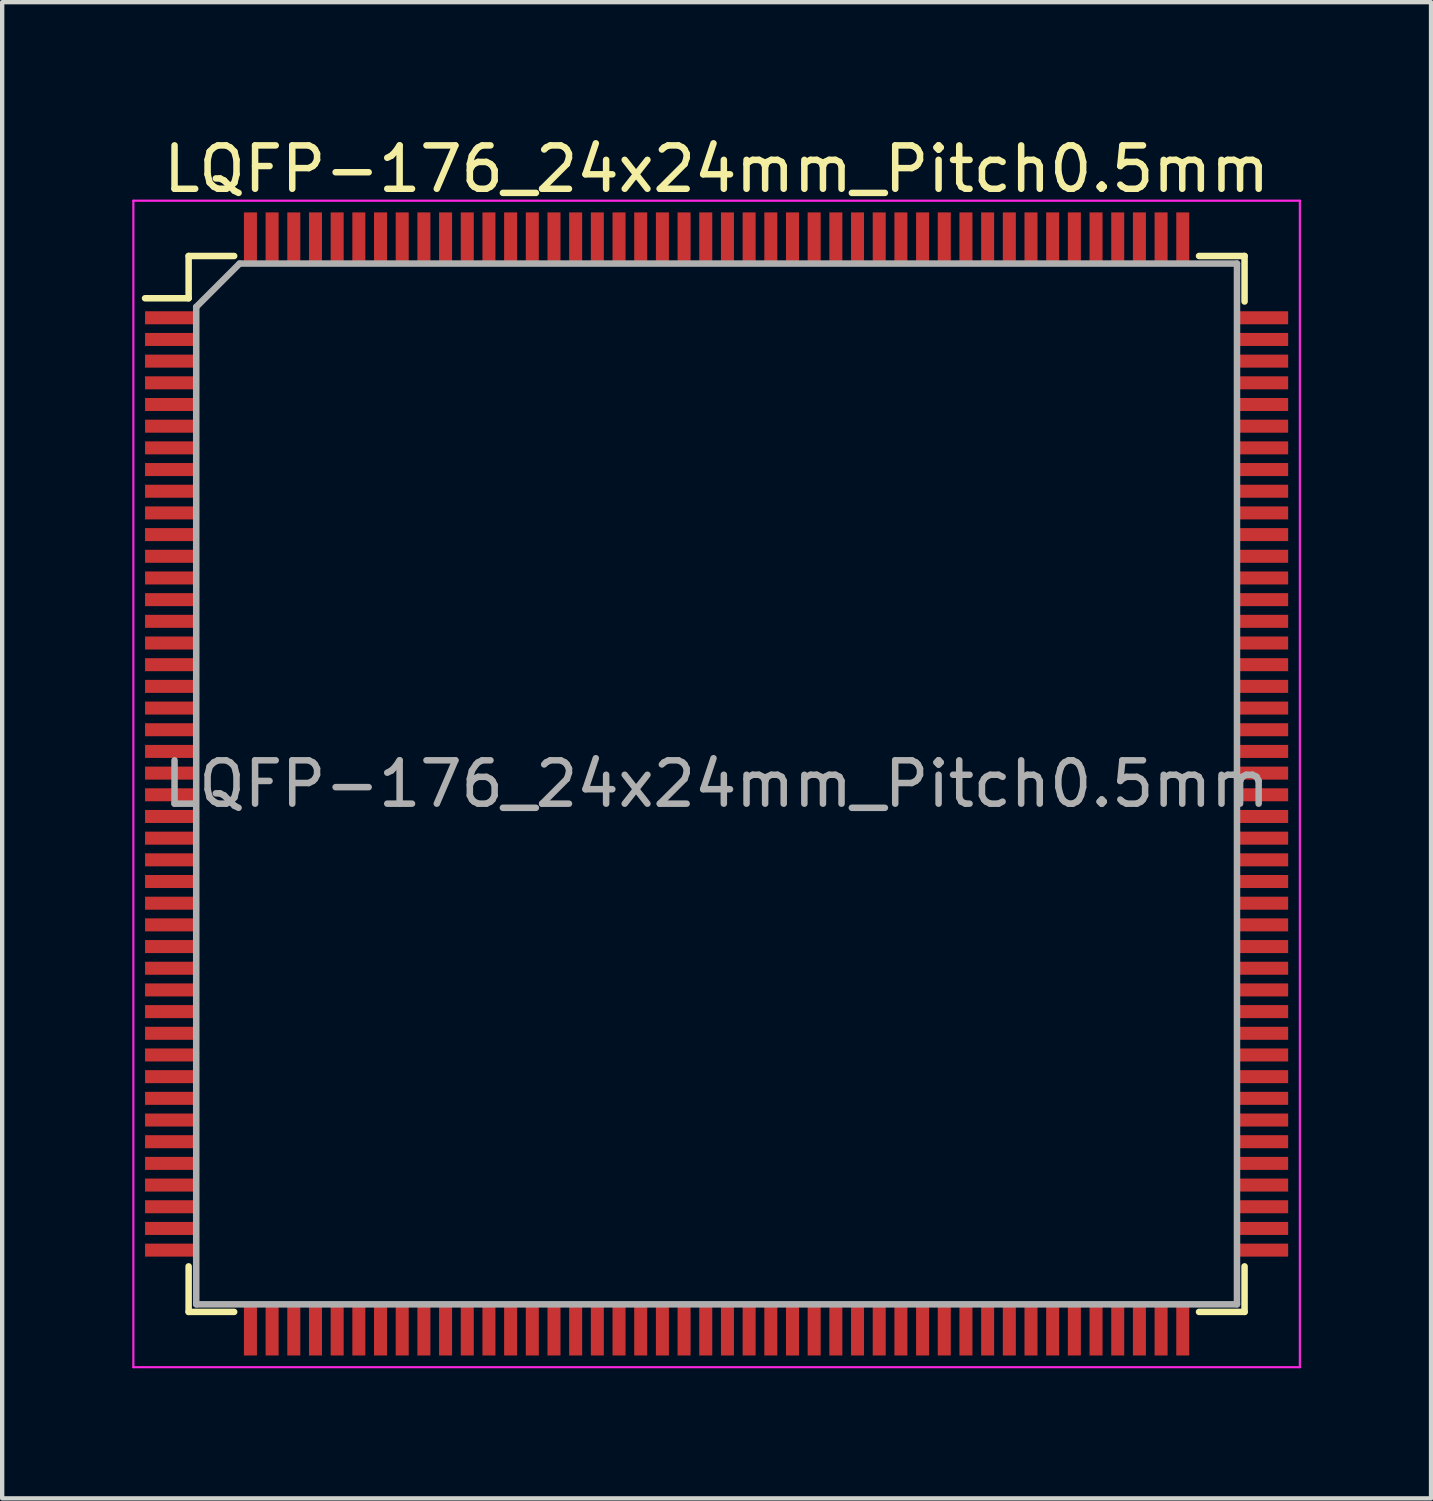
<source format=kicad_pcb>
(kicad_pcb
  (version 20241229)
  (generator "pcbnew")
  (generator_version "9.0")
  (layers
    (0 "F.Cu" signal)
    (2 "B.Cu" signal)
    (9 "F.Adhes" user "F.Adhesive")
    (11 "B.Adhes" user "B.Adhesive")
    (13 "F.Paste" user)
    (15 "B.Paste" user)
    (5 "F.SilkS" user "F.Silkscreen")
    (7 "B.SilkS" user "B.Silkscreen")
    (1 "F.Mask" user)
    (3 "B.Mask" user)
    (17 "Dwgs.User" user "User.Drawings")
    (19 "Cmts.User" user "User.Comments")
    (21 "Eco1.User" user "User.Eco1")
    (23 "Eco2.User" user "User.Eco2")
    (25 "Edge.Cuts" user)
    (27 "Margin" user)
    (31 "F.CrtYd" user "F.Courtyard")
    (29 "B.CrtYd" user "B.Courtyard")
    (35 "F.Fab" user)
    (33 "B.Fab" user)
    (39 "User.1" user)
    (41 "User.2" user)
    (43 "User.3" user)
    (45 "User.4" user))
  (footprint "LQFP-176_24x24mm_Pitch0.5mm"
    (layer "F.Cu")
    (at 13.475 15.028)
    (property "Reference" "LQFP-176_24x24mm_Pitch0.5mm" (at 0 -14.18 0) (layer "F.SilkS") (effects (font (size 1 1) (thickness 0.15))))
    (attr smd)
    (fp_line (start -12.175 -12.175) (end -12.175 -11.2) (stroke (width 0.15) (type solid)) (layer "F.SilkS"))
    (fp_line (start -12.175 -12.175) (end -11.125 -12.175) (stroke (width 0.15) (type solid)) (layer "F.SilkS"))
    (fp_line (start -12.175 -11.2) (end -13.18 -11.2) (stroke (width 0.15) (type solid)) (layer "F.SilkS"))
    (fp_line (start -12.175 12.175) (end -12.175 11.125) (stroke (width 0.15) (type solid)) (layer "F.SilkS"))
    (fp_line (start -12.175 12.175) (end -11.125 12.175) (stroke (width 0.15) (type solid)) (layer "F.SilkS"))
    (fp_line (start 12.175 -12.175) (end 11.125 -12.175) (stroke (width 0.15) (type solid)) (layer "F.SilkS"))
    (fp_line (start 12.175 -12.175) (end 12.175 -11.125) (stroke (width 0.15) (type solid)) (layer "F.SilkS"))
    (fp_line (start 12.175 12.175) (end 11.125 12.175) (stroke (width 0.15) (type solid)) (layer "F.SilkS"))
    (fp_line (start 12.175 12.175) (end 12.175 11.125) (stroke (width 0.15) (type solid)) (layer "F.SilkS"))
    (fp_line (start -13.45 -13.45) (end -13.45 13.45) (stroke (width 0.05) (type solid)) (layer "F.CrtYd"))
    (fp_line (start -13.45 -13.45) (end 13.45 -13.45) (stroke (width 0.05) (type solid)) (layer "F.CrtYd"))
    (fp_line (start -13.45 13.45) (end 13.45 13.45) (stroke (width 0.05) (type solid)) (layer "F.CrtYd"))
    (fp_line (start 13.45 -13.45) (end 13.45 13.45) (stroke (width 0.05) (type solid)) (layer "F.CrtYd"))
    (fp_line (start -12 -11) (end -11 -12) (stroke (width 0.15) (type solid)) (layer "F.Fab"))
    (fp_line (start -12 12) (end -12 -11) (stroke (width 0.15) (type solid)) (layer "F.Fab"))
    (fp_line (start -11 -12) (end 12 -12) (stroke (width 0.15) (type solid)) (layer "F.Fab"))
    (fp_line (start 12 -12) (end 12 12) (stroke (width 0.15) (type solid)) (layer "F.Fab"))
    (fp_line (start 12 12) (end -12 12) (stroke (width 0.15) (type solid)) (layer "F.Fab"))
    (fp_text user "${REFERENCE}" (at 0 0 0) (layer "F.Fab") (effects (font (size 1 1) (thickness 0.15))))
    (pad "1" smd rect (at -12.62 -10.75) (size 1.12 0.3) (layers "F.Cu" "F.Mask" "F.Paste"))
    (pad "2" smd rect (at -12.62 -10.25) (size 1.12 0.3) (layers "F.Cu" "F.Mask" "F.Paste"))
    (pad "3" smd rect (at -12.62 -9.75) (size 1.12 0.3) (layers "F.Cu" "F.Mask" "F.Paste"))
    (pad "4" smd rect (at -12.62 -9.25) (size 1.12 0.3) (layers "F.Cu" "F.Mask" "F.Paste"))
    (pad "5" smd rect (at -12.62 -8.75) (size 1.12 0.3) (layers "F.Cu" "F.Mask" "F.Paste"))
    (pad "6" smd rect (at -12.62 -8.25) (size 1.12 0.3) (layers "F.Cu" "F.Mask" "F.Paste"))
    (pad "7" smd rect (at -12.62 -7.75) (size 1.12 0.3) (layers "F.Cu" "F.Mask" "F.Paste"))
    (pad "8" smd rect (at -12.62 -7.25) (size 1.12 0.3) (layers "F.Cu" "F.Mask" "F.Paste"))
    (pad "9" smd rect (at -12.62 -6.75) (size 1.12 0.3) (layers "F.Cu" "F.Mask" "F.Paste"))
    (pad "10" smd rect (at -12.62 -6.25) (size 1.12 0.3) (layers "F.Cu" "F.Mask" "F.Paste"))
    (pad "11" smd rect (at -12.62 -5.75) (size 1.12 0.3) (layers "F.Cu" "F.Mask" "F.Paste"))
    (pad "12" smd rect (at -12.62 -5.25) (size 1.12 0.3) (layers "F.Cu" "F.Mask" "F.Paste"))
    (pad "13" smd rect (at -12.62 -4.75) (size 1.12 0.3) (layers "F.Cu" "F.Mask" "F.Paste"))
    (pad "14" smd rect (at -12.62 -4.25) (size 1.12 0.3) (layers "F.Cu" "F.Mask" "F.Paste"))
    (pad "15" smd rect (at -12.62 -3.75) (size 1.12 0.3) (layers "F.Cu" "F.Mask" "F.Paste"))
    (pad "16" smd rect (at -12.62 -3.25) (size 1.12 0.3) (layers "F.Cu" "F.Mask" "F.Paste"))
    (pad "17" smd rect (at -12.62 -2.75) (size 1.12 0.3) (layers "F.Cu" "F.Mask" "F.Paste"))
    (pad "18" smd rect (at -12.62 -2.25) (size 1.12 0.3) (layers "F.Cu" "F.Mask" "F.Paste"))
    (pad "19" smd rect (at -12.62 -1.75) (size 1.12 0.3) (layers "F.Cu" "F.Mask" "F.Paste"))
    (pad "20" smd rect (at -12.62 -1.25) (size 1.12 0.3) (layers "F.Cu" "F.Mask" "F.Paste"))
    (pad "21" smd rect (at -12.62 -0.75) (size 1.12 0.3) (layers "F.Cu" "F.Mask" "F.Paste"))
    (pad "22" smd rect (at -12.62 -0.25) (size 1.12 0.3) (layers "F.Cu" "F.Mask" "F.Paste"))
    (pad "23" smd rect (at -12.62 0.25) (size 1.12 0.3) (layers "F.Cu" "F.Mask" "F.Paste"))
    (pad "24" smd rect (at -12.62 0.75) (size 1.12 0.3) (layers "F.Cu" "F.Mask" "F.Paste"))
    (pad "25" smd rect (at -12.62 1.25) (size 1.12 0.3) (layers "F.Cu" "F.Mask" "F.Paste"))
    (pad "26" smd rect (at -12.62 1.75) (size 1.12 0.3) (layers "F.Cu" "F.Mask" "F.Paste"))
    (pad "27" smd rect (at -12.62 2.25) (size 1.12 0.3) (layers "F.Cu" "F.Mask" "F.Paste"))
    (pad "28" smd rect (at -12.62 2.75) (size 1.12 0.3) (layers "F.Cu" "F.Mask" "F.Paste"))
    (pad "29" smd rect (at -12.62 3.25) (size 1.12 0.3) (layers "F.Cu" "F.Mask" "F.Paste"))
    (pad "30" smd rect (at -12.62 3.75) (size 1.12 0.3) (layers "F.Cu" "F.Mask" "F.Paste"))
    (pad "31" smd rect (at -12.62 4.25) (size 1.12 0.3) (layers "F.Cu" "F.Mask" "F.Paste"))
    (pad "32" smd rect (at -12.62 4.75) (size 1.12 0.3) (layers "F.Cu" "F.Mask" "F.Paste"))
    (pad "33" smd rect (at -12.62 5.25) (size 1.12 0.3) (layers "F.Cu" "F.Mask" "F.Paste"))
    (pad "34" smd rect (at -12.62 5.75) (size 1.12 0.3) (layers "F.Cu" "F.Mask" "F.Paste"))
    (pad "35" smd rect (at -12.62 6.25) (size 1.12 0.3) (layers "F.Cu" "F.Mask" "F.Paste"))
    (pad "36" smd rect (at -12.62 6.75) (size 1.12 0.3) (layers "F.Cu" "F.Mask" "F.Paste"))
    (pad "37" smd rect (at -12.62 7.25) (size 1.12 0.3) (layers "F.Cu" "F.Mask" "F.Paste"))
    (pad "38" smd rect (at -12.62 7.75) (size 1.12 0.3) (layers "F.Cu" "F.Mask" "F.Paste"))
    (pad "39" smd rect (at -12.62 8.25) (size 1.12 0.3) (layers "F.Cu" "F.Mask" "F.Paste"))
    (pad "40" smd rect (at -12.62 8.75) (size 1.12 0.3) (layers "F.Cu" "F.Mask" "F.Paste"))
    (pad "41" smd rect (at -12.62 9.25) (size 1.12 0.3) (layers "F.Cu" "F.Mask" "F.Paste"))
    (pad "42" smd rect (at -12.62 9.75) (size 1.12 0.3) (layers "F.Cu" "F.Mask" "F.Paste"))
    (pad "43" smd rect (at -12.62 10.25) (size 1.12 0.3) (layers "F.Cu" "F.Mask" "F.Paste"))
    (pad "44" smd rect (at -12.62 10.75) (size 1.12 0.3) (layers "F.Cu" "F.Mask" "F.Paste"))
    (pad "45" smd rect (at -10.75 12.62 90) (size 1.12 0.3) (layers "F.Cu" "F.Mask" "F.Paste"))
    (pad "46" smd rect (at -10.25 12.62 90) (size 1.12 0.3) (layers "F.Cu" "F.Mask" "F.Paste"))
    (pad "47" smd rect (at -9.75 12.62 90) (size 1.12 0.3) (layers "F.Cu" "F.Mask" "F.Paste"))
    (pad "48" smd rect (at -9.25 12.62 90) (size 1.12 0.3) (layers "F.Cu" "F.Mask" "F.Paste"))
    (pad "49" smd rect (at -8.75 12.62 90) (size 1.12 0.3) (layers "F.Cu" "F.Mask" "F.Paste"))
    (pad "50" smd rect (at -8.25 12.62 90) (size 1.12 0.3) (layers "F.Cu" "F.Mask" "F.Paste"))
    (pad "51" smd rect (at -7.75 12.62 90) (size 1.12 0.3) (layers "F.Cu" "F.Mask" "F.Paste"))
    (pad "52" smd rect (at -7.25 12.62 90) (size 1.12 0.3) (layers "F.Cu" "F.Mask" "F.Paste"))
    (pad "53" smd rect (at -6.75 12.62 90) (size 1.12 0.3) (layers "F.Cu" "F.Mask" "F.Paste"))
    (pad "54" smd rect (at -6.25 12.62 90) (size 1.12 0.3) (layers "F.Cu" "F.Mask" "F.Paste"))
    (pad "55" smd rect (at -5.75 12.62 90) (size 1.12 0.3) (layers "F.Cu" "F.Mask" "F.Paste"))
    (pad "56" smd rect (at -5.25 12.62 90) (size 1.12 0.3) (layers "F.Cu" "F.Mask" "F.Paste"))
    (pad "57" smd rect (at -4.75 12.62 90) (size 1.12 0.3) (layers "F.Cu" "F.Mask" "F.Paste"))
    (pad "58" smd rect (at -4.25 12.62 90) (size 1.12 0.3) (layers "F.Cu" "F.Mask" "F.Paste"))
    (pad "59" smd rect (at -3.75 12.62 90) (size 1.12 0.3) (layers "F.Cu" "F.Mask" "F.Paste"))
    (pad "60" smd rect (at -3.25 12.62 90) (size 1.12 0.3) (layers "F.Cu" "F.Mask" "F.Paste"))
    (pad "61" smd rect (at -2.75 12.62 90) (size 1.12 0.3) (layers "F.Cu" "F.Mask" "F.Paste"))
    (pad "62" smd rect (at -2.25 12.62 90) (size 1.12 0.3) (layers "F.Cu" "F.Mask" "F.Paste"))
    (pad "63" smd rect (at -1.75 12.62 90) (size 1.12 0.3) (layers "F.Cu" "F.Mask" "F.Paste"))
    (pad "64" smd rect (at -1.25 12.62 90) (size 1.12 0.3) (layers "F.Cu" "F.Mask" "F.Paste"))
    (pad "65" smd rect (at -0.75 12.62 90) (size 1.12 0.3) (layers "F.Cu" "F.Mask" "F.Paste"))
    (pad "66" smd rect (at -0.25 12.62 90) (size 1.12 0.3) (layers "F.Cu" "F.Mask" "F.Paste"))
    (pad "67" smd rect (at 0.25 12.62 90) (size 1.12 0.3) (layers "F.Cu" "F.Mask" "F.Paste"))
    (pad "68" smd rect (at 0.75 12.62 90) (size 1.12 0.3) (layers "F.Cu" "F.Mask" "F.Paste"))
    (pad "69" smd rect (at 1.25 12.62 90) (size 1.12 0.3) (layers "F.Cu" "F.Mask" "F.Paste"))
    (pad "70" smd rect (at 1.75 12.62 90) (size 1.12 0.3) (layers "F.Cu" "F.Mask" "F.Paste"))
    (pad "71" smd rect (at 2.25 12.62 90) (size 1.12 0.3) (layers "F.Cu" "F.Mask" "F.Paste"))
    (pad "72" smd rect (at 2.75 12.62 90) (size 1.12 0.3) (layers "F.Cu" "F.Mask" "F.Paste"))
    (pad "73" smd rect (at 3.25 12.62 90) (size 1.12 0.3) (layers "F.Cu" "F.Mask" "F.Paste"))
    (pad "74" smd rect (at 3.75 12.62 90) (size 1.12 0.3) (layers "F.Cu" "F.Mask" "F.Paste"))
    (pad "75" smd rect (at 4.25 12.62 90) (size 1.12 0.3) (layers "F.Cu" "F.Mask" "F.Paste"))
    (pad "76" smd rect (at 4.75 12.62 90) (size 1.12 0.3) (layers "F.Cu" "F.Mask" "F.Paste"))
    (pad "77" smd rect (at 5.25 12.62 90) (size 1.12 0.3) (layers "F.Cu" "F.Mask" "F.Paste"))
    (pad "78" smd rect (at 5.75 12.62 90) (size 1.12 0.3) (layers "F.Cu" "F.Mask" "F.Paste"))
    (pad "79" smd rect (at 6.25 12.62 90) (size 1.12 0.3) (layers "F.Cu" "F.Mask" "F.Paste"))
    (pad "80" smd rect (at 6.75 12.62 90) (size 1.12 0.3) (layers "F.Cu" "F.Mask" "F.Paste"))
    (pad "81" smd rect (at 7.25 12.62 90) (size 1.12 0.3) (layers "F.Cu" "F.Mask" "F.Paste"))
    (pad "82" smd rect (at 7.75 12.62 90) (size 1.12 0.3) (layers "F.Cu" "F.Mask" "F.Paste"))
    (pad "83" smd rect (at 8.25 12.62 90) (size 1.12 0.3) (layers "F.Cu" "F.Mask" "F.Paste"))
    (pad "84" smd rect (at 8.75 12.62 90) (size 1.12 0.3) (layers "F.Cu" "F.Mask" "F.Paste"))
    (pad "85" smd rect (at 9.25 12.62 90) (size 1.12 0.3) (layers "F.Cu" "F.Mask" "F.Paste"))
    (pad "86" smd rect (at 9.75 12.62 90) (size 1.12 0.3) (layers "F.Cu" "F.Mask" "F.Paste"))
    (pad "87" smd rect (at 10.25 12.62 90) (size 1.12 0.3) (layers "F.Cu" "F.Mask" "F.Paste"))
    (pad "88" smd rect (at 10.75 12.62 90) (size 1.12 0.3) (layers "F.Cu" "F.Mask" "F.Paste"))
    (pad "89" smd rect (at 12.62 10.75) (size 1.12 0.3) (layers "F.Cu" "F.Mask" "F.Paste"))
    (pad "90" smd rect (at 12.62 10.25) (size 1.12 0.3) (layers "F.Cu" "F.Mask" "F.Paste"))
    (pad "91" smd rect (at 12.62 9.75) (size 1.12 0.3) (layers "F.Cu" "F.Mask" "F.Paste"))
    (pad "92" smd rect (at 12.62 9.25) (size 1.12 0.3) (layers "F.Cu" "F.Mask" "F.Paste"))
    (pad "93" smd rect (at 12.62 8.75) (size 1.12 0.3) (layers "F.Cu" "F.Mask" "F.Paste"))
    (pad "94" smd rect (at 12.62 8.25) (size 1.12 0.3) (layers "F.Cu" "F.Mask" "F.Paste"))
    (pad "95" smd rect (at 12.62 7.75) (size 1.12 0.3) (layers "F.Cu" "F.Mask" "F.Paste"))
    (pad "96" smd rect (at 12.62 7.25) (size 1.12 0.3) (layers "F.Cu" "F.Mask" "F.Paste"))
    (pad "97" smd rect (at 12.62 6.75) (size 1.12 0.3) (layers "F.Cu" "F.Mask" "F.Paste"))
    (pad "98" smd rect (at 12.62 6.25) (size 1.12 0.3) (layers "F.Cu" "F.Mask" "F.Paste"))
    (pad "99" smd rect (at 12.62 5.75) (size 1.12 0.3) (layers "F.Cu" "F.Mask" "F.Paste"))
    (pad "100" smd rect (at 12.62 5.25) (size 1.12 0.3) (layers "F.Cu" "F.Mask" "F.Paste"))
    (pad "101" smd rect (at 12.62 4.75) (size 1.12 0.3) (layers "F.Cu" "F.Mask" "F.Paste"))
    (pad "102" smd rect (at 12.62 4.25) (size 1.12 0.3) (layers "F.Cu" "F.Mask" "F.Paste"))
    (pad "103" smd rect (at 12.62 3.75) (size 1.12 0.3) (layers "F.Cu" "F.Mask" "F.Paste"))
    (pad "104" smd rect (at 12.62 3.25) (size 1.12 0.3) (layers "F.Cu" "F.Mask" "F.Paste"))
    (pad "105" smd rect (at 12.62 2.75) (size 1.12 0.3) (layers "F.Cu" "F.Mask" "F.Paste"))
    (pad "106" smd rect (at 12.62 2.25) (size 1.12 0.3) (layers "F.Cu" "F.Mask" "F.Paste"))
    (pad "107" smd rect (at 12.62 1.75) (size 1.12 0.3) (layers "F.Cu" "F.Mask" "F.Paste"))
    (pad "108" smd rect (at 12.62 1.25) (size 1.12 0.3) (layers "F.Cu" "F.Mask" "F.Paste"))
    (pad "109" smd rect (at 12.62 0.75) (size 1.12 0.3) (layers "F.Cu" "F.Mask" "F.Paste"))
    (pad "110" smd rect (at 12.62 0.25) (size 1.12 0.3) (layers "F.Cu" "F.Mask" "F.Paste"))
    (pad "111" smd rect (at 12.62 -0.25) (size 1.12 0.3) (layers "F.Cu" "F.Mask" "F.Paste"))
    (pad "112" smd rect (at 12.62 -0.75) (size 1.12 0.3) (layers "F.Cu" "F.Mask" "F.Paste"))
    (pad "113" smd rect (at 12.62 -1.25) (size 1.12 0.3) (layers "F.Cu" "F.Mask" "F.Paste"))
    (pad "114" smd rect (at 12.62 -1.75) (size 1.12 0.3) (layers "F.Cu" "F.Mask" "F.Paste"))
    (pad "115" smd rect (at 12.62 -2.25) (size 1.12 0.3) (layers "F.Cu" "F.Mask" "F.Paste"))
    (pad "116" smd rect (at 12.62 -2.75) (size 1.12 0.3) (layers "F.Cu" "F.Mask" "F.Paste"))
    (pad "117" smd rect (at 12.62 -3.25) (size 1.12 0.3) (layers "F.Cu" "F.Mask" "F.Paste"))
    (pad "118" smd rect (at 12.62 -3.75) (size 1.12 0.3) (layers "F.Cu" "F.Mask" "F.Paste"))
    (pad "119" smd rect (at 12.62 -4.25) (size 1.12 0.3) (layers "F.Cu" "F.Mask" "F.Paste"))
    (pad "120" smd rect (at 12.62 -4.75) (size 1.12 0.3) (layers "F.Cu" "F.Mask" "F.Paste"))
    (pad "121" smd rect (at 12.62 -5.25) (size 1.12 0.3) (layers "F.Cu" "F.Mask" "F.Paste"))
    (pad "122" smd rect (at 12.62 -5.75) (size 1.12 0.3) (layers "F.Cu" "F.Mask" "F.Paste"))
    (pad "123" smd rect (at 12.62 -6.25) (size 1.12 0.3) (layers "F.Cu" "F.Mask" "F.Paste"))
    (pad "124" smd rect (at 12.62 -6.75) (size 1.12 0.3) (layers "F.Cu" "F.Mask" "F.Paste"))
    (pad "125" smd rect (at 12.62 -7.25) (size 1.12 0.3) (layers "F.Cu" "F.Mask" "F.Paste"))
    (pad "126" smd rect (at 12.62 -7.75) (size 1.12 0.3) (layers "F.Cu" "F.Mask" "F.Paste"))
    (pad "127" smd rect (at 12.62 -8.25) (size 1.12 0.3) (layers "F.Cu" "F.Mask" "F.Paste"))
    (pad "128" smd rect (at 12.62 -8.75) (size 1.12 0.3) (layers "F.Cu" "F.Mask" "F.Paste"))
    (pad "129" smd rect (at 12.62 -9.25) (size 1.12 0.3) (layers "F.Cu" "F.Mask" "F.Paste"))
    (pad "130" smd rect (at 12.62 -9.75) (size 1.12 0.3) (layers "F.Cu" "F.Mask" "F.Paste"))
    (pad "131" smd rect (at 12.62 -10.25) (size 1.12 0.3) (layers "F.Cu" "F.Mask" "F.Paste"))
    (pad "132" smd rect (at 12.62 -10.75) (size 1.12 0.3) (layers "F.Cu" "F.Mask" "F.Paste"))
    (pad "133" smd rect (at 10.75 -12.62 90) (size 1.12 0.3) (layers "F.Cu" "F.Mask" "F.Paste"))
    (pad "134" smd rect (at 10.25 -12.62 90) (size 1.12 0.3) (layers "F.Cu" "F.Mask" "F.Paste"))
    (pad "135" smd rect (at 9.75 -12.62 90) (size 1.12 0.3) (layers "F.Cu" "F.Mask" "F.Paste"))
    (pad "136" smd rect (at 9.25 -12.62 90) (size 1.12 0.3) (layers "F.Cu" "F.Mask" "F.Paste"))
    (pad "137" smd rect (at 8.75 -12.62 90) (size 1.12 0.3) (layers "F.Cu" "F.Mask" "F.Paste"))
    (pad "138" smd rect (at 8.25 -12.62 90) (size 1.12 0.3) (layers "F.Cu" "F.Mask" "F.Paste"))
    (pad "139" smd rect (at 7.75 -12.62 90) (size 1.12 0.3) (layers "F.Cu" "F.Mask" "F.Paste"))
    (pad "140" smd rect (at 7.25 -12.62 90) (size 1.12 0.3) (layers "F.Cu" "F.Mask" "F.Paste"))
    (pad "141" smd rect (at 6.75 -12.62 90) (size 1.12 0.3) (layers "F.Cu" "F.Mask" "F.Paste"))
    (pad "142" smd rect (at 6.25 -12.62 90) (size 1.12 0.3) (layers "F.Cu" "F.Mask" "F.Paste"))
    (pad "143" smd rect (at 5.75 -12.62 90) (size 1.12 0.3) (layers "F.Cu" "F.Mask" "F.Paste"))
    (pad "144" smd rect (at 5.25 -12.62 90) (size 1.12 0.3) (layers "F.Cu" "F.Mask" "F.Paste"))
    (pad "145" smd rect (at 4.75 -12.62 90) (size 1.12 0.3) (layers "F.Cu" "F.Mask" "F.Paste"))
    (pad "146" smd rect (at 4.25 -12.62 90) (size 1.12 0.3) (layers "F.Cu" "F.Mask" "F.Paste"))
    (pad "147" smd rect (at 3.75 -12.62 90) (size 1.12 0.3) (layers "F.Cu" "F.Mask" "F.Paste"))
    (pad "148" smd rect (at 3.25 -12.62 90) (size 1.12 0.3) (layers "F.Cu" "F.Mask" "F.Paste"))
    (pad "149" smd rect (at 2.75 -12.62 90) (size 1.12 0.3) (layers "F.Cu" "F.Mask" "F.Paste"))
    (pad "150" smd rect (at 2.25 -12.62 90) (size 1.12 0.3) (layers "F.Cu" "F.Mask" "F.Paste"))
    (pad "151" smd rect (at 1.75 -12.62 90) (size 1.12 0.3) (layers "F.Cu" "F.Mask" "F.Paste"))
    (pad "152" smd rect (at 1.25 -12.62 90) (size 1.12 0.3) (layers "F.Cu" "F.Mask" "F.Paste"))
    (pad "153" smd rect (at 0.75 -12.62 90) (size 1.12 0.3) (layers "F.Cu" "F.Mask" "F.Paste"))
    (pad "154" smd rect (at 0.25 -12.62 90) (size 1.12 0.3) (layers "F.Cu" "F.Mask" "F.Paste"))
    (pad "155" smd rect (at -0.25 -12.62 90) (size 1.12 0.3) (layers "F.Cu" "F.Mask" "F.Paste"))
    (pad "156" smd rect (at -0.75 -12.62 90) (size 1.12 0.3) (layers "F.Cu" "F.Mask" "F.Paste"))
    (pad "157" smd rect (at -1.25 -12.62 90) (size 1.12 0.3) (layers "F.Cu" "F.Mask" "F.Paste"))
    (pad "158" smd rect (at -1.75 -12.62 90) (size 1.12 0.3) (layers "F.Cu" "F.Mask" "F.Paste"))
    (pad "159" smd rect (at -2.25 -12.62 90) (size 1.12 0.3) (layers "F.Cu" "F.Mask" "F.Paste"))
    (pad "160" smd rect (at -2.75 -12.62 90) (size 1.12 0.3) (layers "F.Cu" "F.Mask" "F.Paste"))
    (pad "161" smd rect (at -3.25 -12.62 90) (size 1.12 0.3) (layers "F.Cu" "F.Mask" "F.Paste"))
    (pad "162" smd rect (at -3.75 -12.62 90) (size 1.12 0.3) (layers "F.Cu" "F.Mask" "F.Paste"))
    (pad "163" smd rect (at -4.25 -12.62 90) (size 1.12 0.3) (layers "F.Cu" "F.Mask" "F.Paste"))
    (pad "164" smd rect (at -4.75 -12.62 90) (size 1.12 0.3) (layers "F.Cu" "F.Mask" "F.Paste"))
    (pad "165" smd rect (at -5.25 -12.62 90) (size 1.12 0.3) (layers "F.Cu" "F.Mask" "F.Paste"))
    (pad "166" smd rect (at -5.75 -12.62 90) (size 1.12 0.3) (layers "F.Cu" "F.Mask" "F.Paste"))
    (pad "167" smd rect (at -6.25 -12.62 90) (size 1.12 0.3) (layers "F.Cu" "F.Mask" "F.Paste"))
    (pad "168" smd rect (at -6.75 -12.62 90) (size 1.12 0.3) (layers "F.Cu" "F.Mask" "F.Paste"))
    (pad "169" smd rect (at -7.25 -12.62 90) (size 1.12 0.3) (layers "F.Cu" "F.Mask" "F.Paste"))
    (pad "170" smd rect (at -7.75 -12.62 90) (size 1.12 0.3) (layers "F.Cu" "F.Mask" "F.Paste"))
    (pad "171" smd rect (at -8.25 -12.62 90) (size 1.12 0.3) (layers "F.Cu" "F.Mask" "F.Paste"))
    (pad "172" smd rect (at -8.75 -12.62 90) (size 1.12 0.3) (layers "F.Cu" "F.Mask" "F.Paste"))
    (pad "173" smd rect (at -9.25 -12.62 90) (size 1.12 0.3) (layers "F.Cu" "F.Mask" "F.Paste"))
    (pad "174" smd rect (at -9.75 -12.62 90) (size 1.12 0.3) (layers "F.Cu" "F.Mask" "F.Paste"))
    (pad "175" smd rect (at -10.25 -12.62 90) (size 1.12 0.3) (layers "F.Cu" "F.Mask" "F.Paste"))
    (pad "176" smd rect (at -10.75 -12.62 90) (size 1.12 0.3) (layers "F.Cu" "F.Mask" "F.Paste")))
  (gr_rect
    (start -3 -3)
    (end 29.95 31.503)
    (stroke (width 0.1) (type default))
    (fill no)
    (layer "Edge.Cuts")))
</source>
